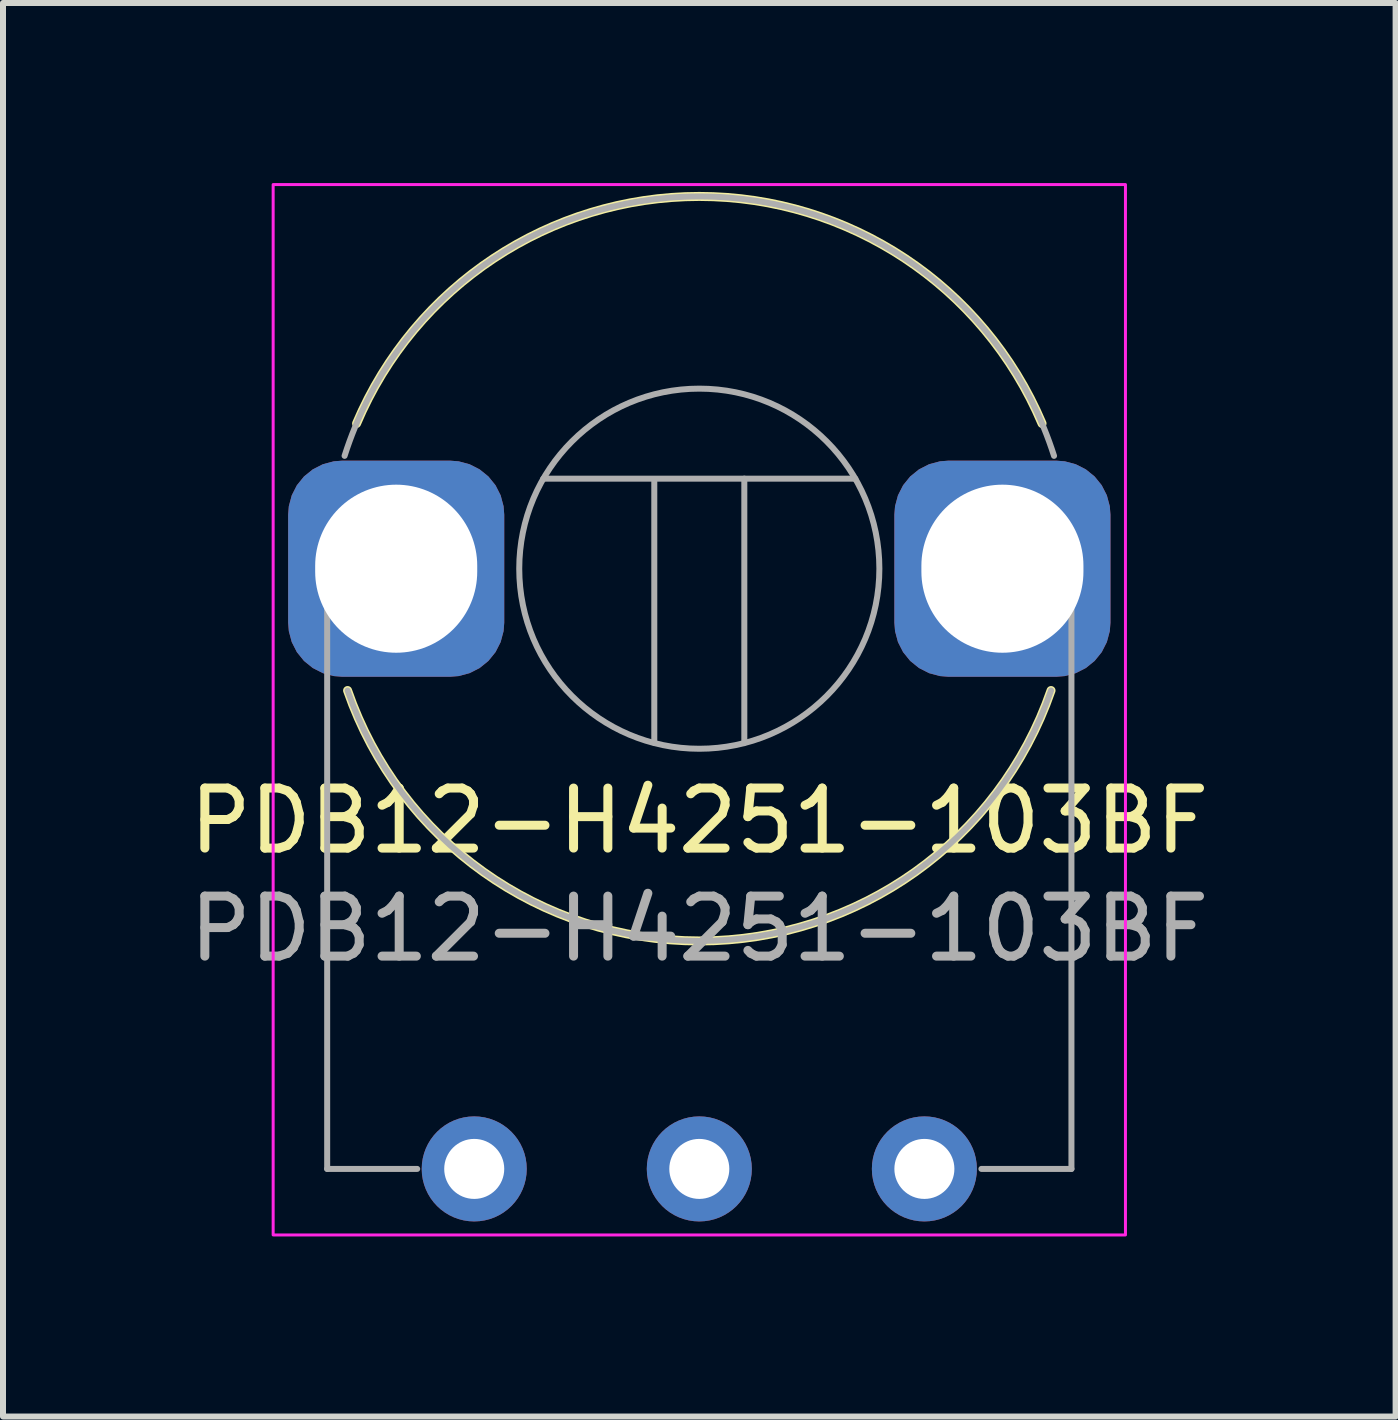
<source format=kicad_pcb>
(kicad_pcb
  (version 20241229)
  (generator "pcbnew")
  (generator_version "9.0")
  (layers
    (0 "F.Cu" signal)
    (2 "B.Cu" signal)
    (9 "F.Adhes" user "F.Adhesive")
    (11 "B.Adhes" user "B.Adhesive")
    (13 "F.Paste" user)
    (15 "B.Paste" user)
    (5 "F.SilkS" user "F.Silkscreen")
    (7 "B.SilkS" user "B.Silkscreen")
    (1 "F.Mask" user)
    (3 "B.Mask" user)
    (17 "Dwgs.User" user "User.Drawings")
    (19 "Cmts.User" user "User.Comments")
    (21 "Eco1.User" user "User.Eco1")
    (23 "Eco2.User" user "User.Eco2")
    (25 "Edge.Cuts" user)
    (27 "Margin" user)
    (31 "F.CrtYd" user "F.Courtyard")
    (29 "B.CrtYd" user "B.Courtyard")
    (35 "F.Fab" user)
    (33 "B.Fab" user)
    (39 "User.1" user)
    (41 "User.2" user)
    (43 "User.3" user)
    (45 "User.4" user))
  (footprint "PDB12-H4251-103BF"
    (layer "F.Cu")
    (at 8.601 6.425)
    (property "Reference" "PDB12-H4251-103BF" (at 0 4.2 0) (layer "F.SilkS") (effects (font (size 1 1) (thickness 0.15))))
    (attr through_hole)
    (fp_arc (start -5.71 -2.42) (mid 0 -6.202193) (end 5.71 -2.42) (stroke (width 0.15) (type solid)) (layer "F.SilkS"))
    (fp_arc (start 5.86 2.03) (mid 0 6.202186) (end -5.86 2.03) (stroke (width 0.15) (type solid)) (layer "F.SilkS"))
    (fp_rect (start 7.1 11.1) (end -7.1 -6.4) (stroke (width 0.05) (type solid)) (fill no) (layer "F.CrtYd"))
    (fp_line (start -6.2 10) (end -6.2 0) (stroke (width 0.1) (type solid)) (layer "F.Fab"))
    (fp_line (start -6.2 10) (end -4.7 10) (stroke (width 0.1) (type solid)) (layer "F.Fab"))
    (fp_line (start -2.6 -1.5) (end 2.6 -1.5) (stroke (width 0.1) (type solid)) (layer "F.Fab"))
    (fp_line (start -0.75 -1.45) (end -0.75 2.9) (stroke (width 0.1) (type solid)) (layer "F.Fab"))
    (fp_line (start 0.75 -1.5) (end 0.75 2.9) (stroke (width 0.1) (type solid)) (layer "F.Fab"))
    (fp_line (start 6.2 10) (end 4.7 10) (stroke (width 0.1) (type solid)) (layer "F.Fab"))
    (fp_line (start 6.2 10) (end 6.2 0) (stroke (width 0.1) (type solid)) (layer "F.Fab"))
    (fp_arc (start -5.91 -1.88) (mid 0 -6.201814) (end 5.91 -1.88) (stroke (width 0.1) (type solid)) (layer "F.Fab"))
    (fp_arc (start 5.86 2.03) (mid 0 6.201653) (end -5.86 2.03) (stroke (width 0.1) (type solid)) (layer "F.Fab"))
    (fp_circle (center 0 0) (end 3 0) (stroke (width 0.1) (type solid)) (fill no) (layer "F.Fab"))
    (fp_text user "${REFERENCE}" (at 0 6 0) (layer "F.Fab") (effects (font (size 1 1) (thickness 0.15))))
    (pad "1" thru_hole circle (at -3.75 10) (size 1.75 1.75) (drill 1) (layers "*.Cu" "*.Mask"))
    (pad "2" thru_hole circle (at 0 10) (size 1.75 1.75) (drill 1) (layers "*.Cu" "*.Mask"))
    (pad "3" thru_hole circle (at 3.75 10) (size 1.75 1.75) (drill 1) (layers "*.Cu" "*.Mask"))
    (pad "MP" thru_hole roundrect (at -5.05 0) (size 3.6 3.6) (drill oval 2.7 2.8) (layers "*.Cu" "*.Mask") (roundrect_rratio 0.25))
    (pad "MP" thru_hole roundrect (at 5.05 0) (size 3.6 3.6) (drill oval 2.7 2.8) (layers "*.Cu" "*.Mask") (roundrect_rratio 0.25)))
  (gr_rect
    (start -3 -3)
    (end 20.202 20.55)
    (stroke (width 0.1) (type default))
    (fill no)
    (layer "Edge.Cuts")))
</source>
